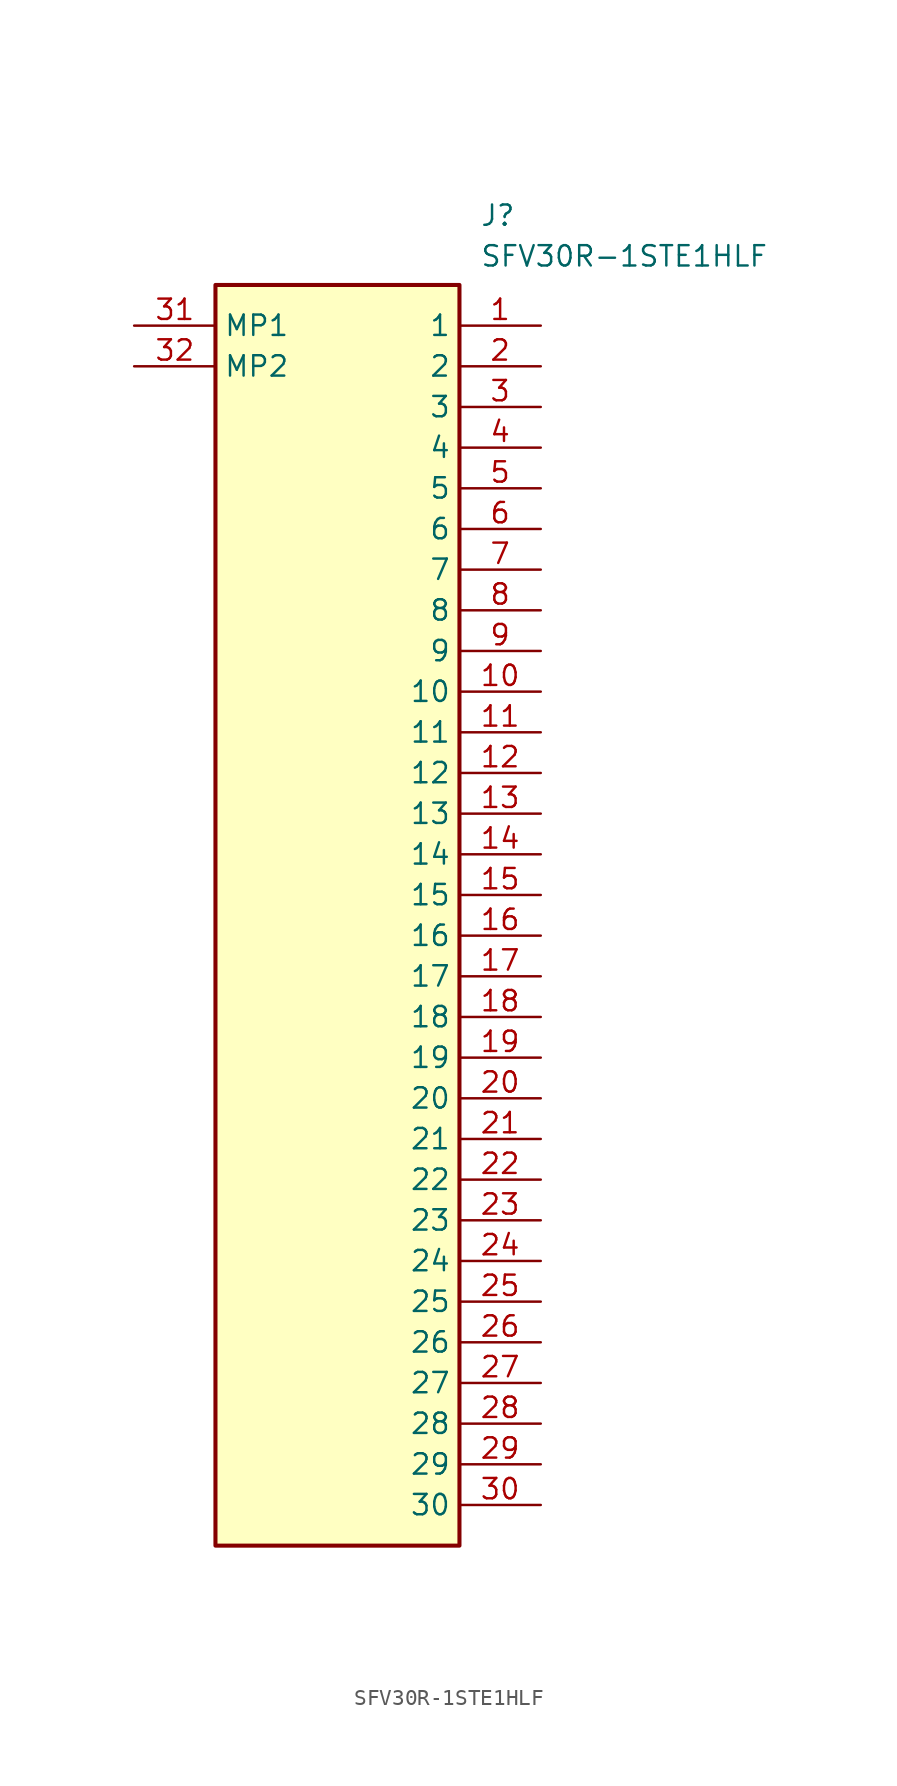
<source format=kicad_sym>
(kicad_symbol_lib
  (version 20241209)
  (generator "kicad_symbol_editor")
  (generator_version "9.0")
  (symbol "SFV30R-1STE1HLF"
    (property "Reference" "J"
      (at 21.59 7.62 0)
      (effects (font (size 1.27 1.27)) (justify left top)))
    (property "Value" "SFV30R-1STE1HLF"
      (at 21.59 5.08 0)
      (effects (font (size 1.27 1.27)) (justify left top)))
    (symbol "SFV30R-1STE1HLF_1_1"
      (rectangle (start 5.08 2.54) (end 20.32 -76.2) (stroke (width 0.254) (type default)) (fill (type background)))
      (pin passive line (at 0 0 0) (length 5.08) (name "MP1" (effects (font (size 1.27 1.27)))) (number "31" (effects (font (size 1.27 1.27)))))
      (pin passive line (at 0 -2.54 0) (length 5.08) (name "MP2" (effects (font (size 1.27 1.27)))) (number "32" (effects (font (size 1.27 1.27)))))
      (pin passive line (at 25.4 0 180) (length 5.08) (name "1" (effects (font (size 1.27 1.27)))) (number "1" (effects (font (size 1.27 1.27)))))
      (pin passive line (at 25.4 -2.54 180) (length 5.08) (name "2" (effects (font (size 1.27 1.27)))) (number "2" (effects (font (size 1.27 1.27)))))
      (pin passive line (at 25.4 -5.08 180) (length 5.08) (name "3" (effects (font (size 1.27 1.27)))) (number "3" (effects (font (size 1.27 1.27)))))
      (pin passive line (at 25.4 -7.62 180) (length 5.08) (name "4" (effects (font (size 1.27 1.27)))) (number "4" (effects (font (size 1.27 1.27)))))
      (pin passive line (at 25.4 -10.16 180) (length 5.08) (name "5" (effects (font (size 1.27 1.27)))) (number "5" (effects (font (size 1.27 1.27)))))
      (pin passive line (at 25.4 -12.7 180) (length 5.08) (name "6" (effects (font (size 1.27 1.27)))) (number "6" (effects (font (size 1.27 1.27)))))
      (pin passive line (at 25.4 -15.24 180) (length 5.08) (name "7" (effects (font (size 1.27 1.27)))) (number "7" (effects (font (size 1.27 1.27)))))
      (pin passive line (at 25.4 -17.78 180) (length 5.08) (name "8" (effects (font (size 1.27 1.27)))) (number "8" (effects (font (size 1.27 1.27)))))
      (pin passive line (at 25.4 -20.32 180) (length 5.08) (name "9" (effects (font (size 1.27 1.27)))) (number "9" (effects (font (size 1.27 1.27)))))
      (pin passive line (at 25.4 -22.86 180) (length 5.08) (name "10" (effects (font (size 1.27 1.27)))) (number "10" (effects (font (size 1.27 1.27)))))
      (pin passive line (at 25.4 -25.4 180) (length 5.08) (name "11" (effects (font (size 1.27 1.27)))) (number "11" (effects (font (size 1.27 1.27)))))
      (pin passive line (at 25.4 -27.94 180) (length 5.08) (name "12" (effects (font (size 1.27 1.27)))) (number "12" (effects (font (size 1.27 1.27)))))
      (pin passive line (at 25.4 -30.48 180) (length 5.08) (name "13" (effects (font (size 1.27 1.27)))) (number "13" (effects (font (size 1.27 1.27)))))
      (pin passive line (at 25.4 -33.02 180) (length 5.08) (name "14" (effects (font (size 1.27 1.27)))) (number "14" (effects (font (size 1.27 1.27)))))
      (pin passive line (at 25.4 -35.56 180) (length 5.08) (name "15" (effects (font (size 1.27 1.27)))) (number "15" (effects (font (size 1.27 1.27)))))
      (pin passive line (at 25.4 -38.1 180) (length 5.08) (name "16" (effects (font (size 1.27 1.27)))) (number "16" (effects (font (size 1.27 1.27)))))
      (pin passive line (at 25.4 -40.64 180) (length 5.08) (name "17" (effects (font (size 1.27 1.27)))) (number "17" (effects (font (size 1.27 1.27)))))
      (pin passive line (at 25.4 -43.18 180) (length 5.08) (name "18" (effects (font (size 1.27 1.27)))) (number "18" (effects (font (size 1.27 1.27)))))
      (pin passive line (at 25.4 -45.72 180) (length 5.08) (name "19" (effects (font (size 1.27 1.27)))) (number "19" (effects (font (size 1.27 1.27)))))
      (pin passive line (at 25.4 -48.26 180) (length 5.08) (name "20" (effects (font (size 1.27 1.27)))) (number "20" (effects (font (size 1.27 1.27)))))
      (pin passive line (at 25.4 -50.8 180) (length 5.08) (name "21" (effects (font (size 1.27 1.27)))) (number "21" (effects (font (size 1.27 1.27)))))
      (pin passive line (at 25.4 -53.34 180) (length 5.08) (name "22" (effects (font (size 1.27 1.27)))) (number "22" (effects (font (size 1.27 1.27)))))
      (pin passive line (at 25.4 -55.88 180) (length 5.08) (name "23" (effects (font (size 1.27 1.27)))) (number "23" (effects (font (size 1.27 1.27)))))
      (pin passive line (at 25.4 -58.42 180) (length 5.08) (name "24" (effects (font (size 1.27 1.27)))) (number "24" (effects (font (size 1.27 1.27)))))
      (pin passive line (at 25.4 -60.96 180) (length 5.08) (name "25" (effects (font (size 1.27 1.27)))) (number "25" (effects (font (size 1.27 1.27)))))
      (pin passive line (at 25.4 -63.5 180) (length 5.08) (name "26" (effects (font (size 1.27 1.27)))) (number "26" (effects (font (size 1.27 1.27)))))
      (pin passive line (at 25.4 -66.04 180) (length 5.08) (name "27" (effects (font (size 1.27 1.27)))) (number "27" (effects (font (size 1.27 1.27)))))
      (pin passive line (at 25.4 -68.58 180) (length 5.08) (name "28" (effects (font (size 1.27 1.27)))) (number "28" (effects (font (size 1.27 1.27)))))
      (pin passive line (at 25.4 -71.12 180) (length 5.08) (name "29" (effects (font (size 1.27 1.27)))) (number "29" (effects (font (size 1.27 1.27)))))
      (pin passive line (at 25.4 -73.66 180) (length 5.08) (name "30" (effects (font (size 1.27 1.27)))) (number "30" (effects (font (size 1.27 1.27))))))))
</source>
